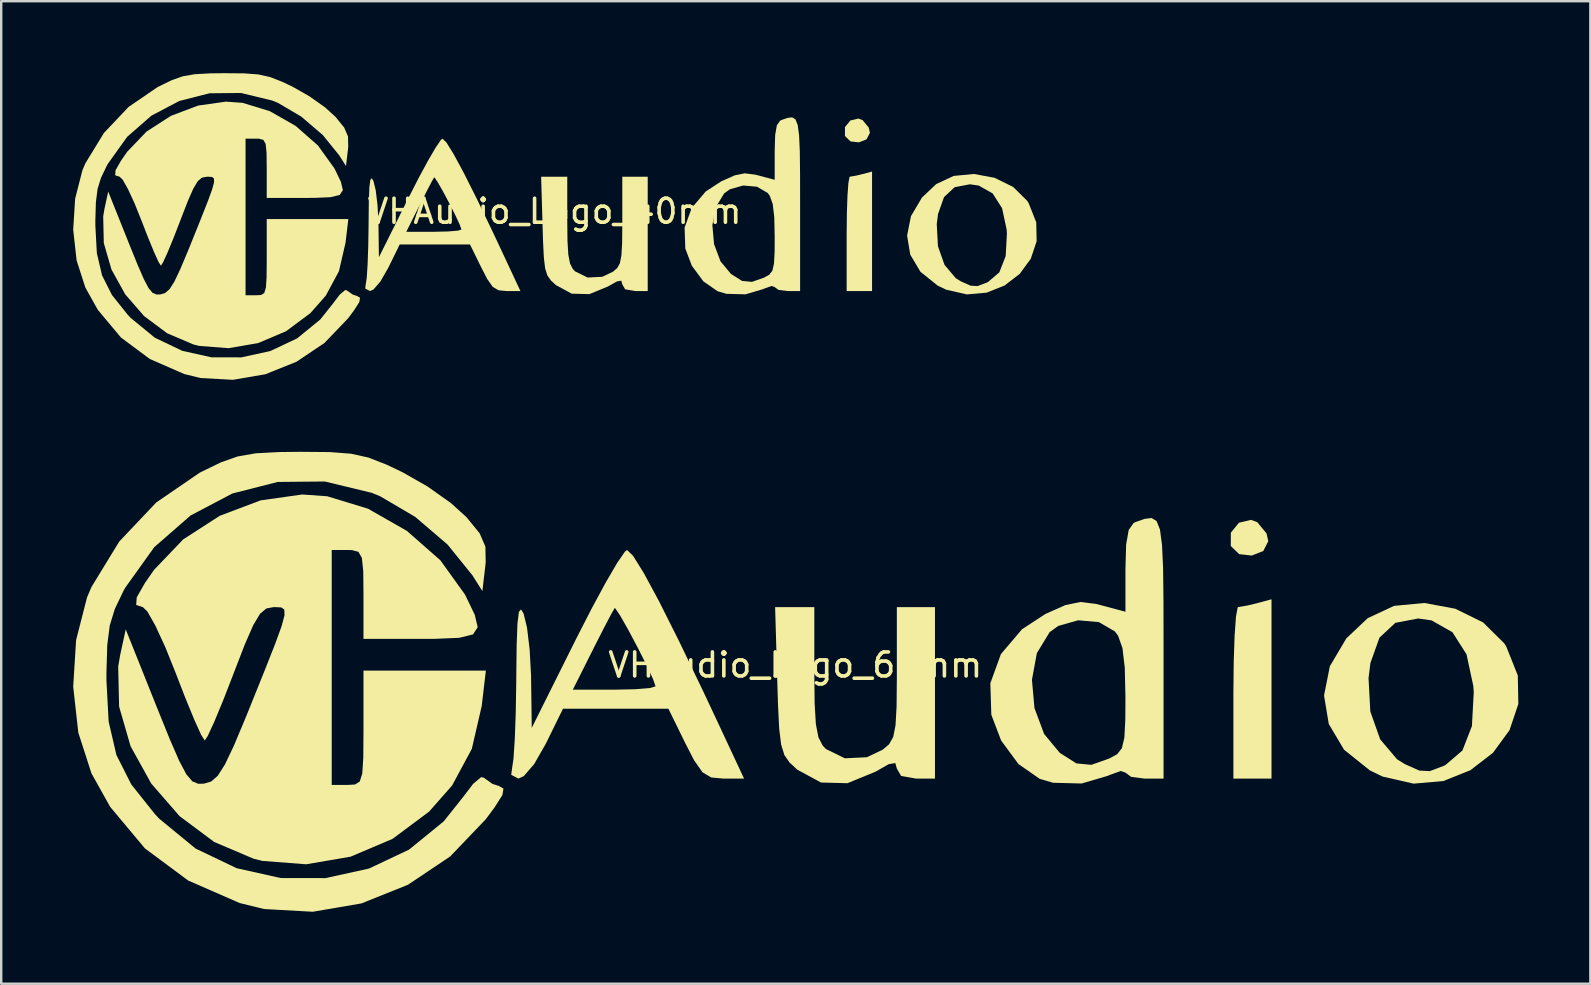
<source format=kicad_pcb>
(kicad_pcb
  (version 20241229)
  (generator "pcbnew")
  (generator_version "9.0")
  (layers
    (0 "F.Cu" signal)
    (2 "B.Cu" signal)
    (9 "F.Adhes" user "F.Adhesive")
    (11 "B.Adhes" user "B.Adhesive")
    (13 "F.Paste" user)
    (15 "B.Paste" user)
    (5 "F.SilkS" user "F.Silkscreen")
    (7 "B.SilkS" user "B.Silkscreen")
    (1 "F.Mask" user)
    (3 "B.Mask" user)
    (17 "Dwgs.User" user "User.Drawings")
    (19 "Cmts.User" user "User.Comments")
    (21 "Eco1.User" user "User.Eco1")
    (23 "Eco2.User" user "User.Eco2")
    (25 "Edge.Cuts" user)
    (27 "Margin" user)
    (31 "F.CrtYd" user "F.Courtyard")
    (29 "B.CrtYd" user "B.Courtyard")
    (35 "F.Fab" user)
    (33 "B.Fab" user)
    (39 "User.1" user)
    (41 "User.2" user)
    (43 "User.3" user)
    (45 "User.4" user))
  (footprint "VHAudio_Logo_40mm"
    (layer "F.Cu")
    (at 20.058 6.255)
    (property "Reference" "VHAudio_Logo_40mm" (at 0 -0.5 0) (unlocked yes) (layer "F.SilkS") (effects (font (size 1 1) (thickness 0.15))))
    (fp_poly (pts (xy 12.836 -4.299) (xy 13.09 -3.988) (xy 13.141 -3.773) (xy 13.001 -3.5) (xy 12.682 -3.373) (xy 12.331 -3.413) (xy 12.099 -3.638) (xy 12.1 -4.009) (xy 12.325 -4.285) (xy 12.661 -4.365)) (stroke (width 0) (type solid)) (fill yes) (layer "F.SilkS"))
    (fp_poly (pts (xy 13.229 2.822) (xy 12.171 2.822) (xy 12.171 0.441) (xy 12.18 -0.43) (xy 12.205 -1.158) (xy 12.243 -1.679) (xy 12.29 -1.93) (xy 12.303 -1.943) (xy 12.563 -1.986) (xy 12.832 -2.051) (xy 13.229 -2.158)) (stroke (width 0) (type solid)) (fill yes) (layer "F.SilkS"))
    (fp_poly (pts (xy 0.529 -0.116) (xy 0.538 0.737) (xy 0.573 1.31) (xy 0.644 1.676) (xy 0.762 1.906) (xy 0.852 2.001) (xy 1.378 2.259) (xy 1.99 2.228) (xy 2.43 2.018) (xy 2.607 1.868) (xy 2.72 1.667) (xy 2.785 1.341) (xy 2.815 0.818) (xy 2.822 0.024) (xy 2.822 -0.098) (xy 2.822 -1.94) (xy 3.881 -1.94) (xy 3.881 2.822) (xy 3.351 2.822) (xy 2.94 2.75) (xy 2.822 2.543) (xy 2.779 2.39) (xy 2.597 2.422) (xy 2.228 2.631) (xy 1.449 2.951) (xy 0.715 2.932) (xy 0.055 2.574) (xy 0.054 2.573) (xy -0.159 2.376) (xy -0.302 2.169) (xy -0.392 1.881) (xy -0.446 1.437) (xy -0.48 0.766) (xy -0.5 0.104) (xy -0.56 -1.94) (xy 0.529 -1.94)) (stroke (width 0) (type solid)) (fill yes) (layer "F.SilkS"))
    (fp_poly (pts (xy 18.335 -1.896) (xy 19.107 -1.516) (xy 19.694 -0.936) (xy 19.75 -0.85) (xy 20.071 -0.042) (xy 20.087 0.748) (xy 19.842 1.478) (xy 19.382 2.106) (xy 18.754 2.59) (xy 18.003 2.89) (xy 17.176 2.962) (xy 16.318 2.766) (xy 15.963 2.596) (xy 15.246 2.021) (xy 14.821 1.307) (xy 14.689 0.514) (xy 14.784 0.034) (xy 15.925 0.034) (xy 15.975 0.958) (xy 16.249 1.733) (xy 16.717 2.286) (xy 16.933 2.42) (xy 17.335 2.599) (xy 17.625 2.615) (xy 18.001 2.473) (xy 18.06 2.447) (xy 18.532 2.043) (xy 18.797 1.364) (xy 18.848 0.424) (xy 18.836 0.252) (xy 18.646 -0.63) (xy 18.255 -1.244) (xy 17.675 -1.573) (xy 17.303 -1.626) (xy 16.669 -1.504) (xy 16.228 -1.093) (xy 15.978 -0.388) (xy 15.925 0.034) (xy 14.784 0.034) (xy 14.851 -0.299) (xy 15.308 -1.073) (xy 15.901 -1.634) (xy 16.632 -1.975) (xy 17.477 -2.056)) (stroke (width 0) (type solid)) (fill yes) (layer "F.SilkS"))
    (fp_poly (pts (xy -4.505 -3.366) (xy -4.207 -2.887) (xy -3.782 -2.099) (xy -3.235 -1.01) (xy -2.57 0.371) (xy -2.185 1.191) (xy -1.423 2.822) (xy -1.998 2.822) (xy -2.334 2.791) (xy -2.577 2.648) (xy -2.809 2.317) (xy -3.048 1.852) (xy -3.524 0.882) (xy -6.453 0.882) (xy -6.929 1.852) (xy -7.252 2.417) (xy -7.542 2.755) (xy -7.69 2.822) (xy -7.891 2.718) (xy -7.868 2.543) (xy -7.826 2.267) (xy -7.791 1.716) (xy -7.764 0.967) (xy -7.75 0.1) (xy -7.75 0.03) (xy -7.74 -0.889) (xy -7.717 -1.49) (xy -7.678 -1.808) (xy -7.618 -1.877) (xy -7.547 -1.764) (xy -7.452 -1.375) (xy -7.378 -0.759) (xy -7.34 -0.041) (xy -7.338 0.045) (xy -7.32 1.413) (xy -6.791 0.353) (xy -6.179 0.353) (xy -5.03 0.353) (xy -4.445 0.34) (xy -4.031 0.306) (xy -3.881 0.26) (xy -3.953 0.053) (xy -4.137 -0.342) (xy -4.384 -0.83) (xy -4.643 -1.317) (xy -4.865 -1.707) (xy -5 -1.907) (xy -5.018 -1.914) (xy -5.119 -1.737) (xy -5.332 -1.33) (xy -5.611 -0.779) (xy -5.626 -0.75) (xy -6.179 0.353) (xy -6.791 0.353) (xy -6.088 -1.057) (xy -5.656 -1.903) (xy -5.265 -2.624) (xy -4.948 -3.166) (xy -4.736 -3.476) (xy -4.672 -3.528)) (stroke (width 0) (type solid)) (fill yes) (layer "F.SilkS"))
    (fp_poly (pts (xy 10.038 -4.33) (xy 10.131 -4.095) (xy 10.188 -3.67) (xy 10.218 -3.015) (xy 10.229 -2.091) (xy 10.231 -0.855) (xy 10.231 2.822) (xy 9.701 2.822) (xy 9.33 2.774) (xy 9.172 2.658) (xy 9.172 2.656) (xy 9.04 2.612) (xy 8.718 2.728) (xy 8.687 2.743) (xy 7.955 2.959) (xy 7.161 2.938) (xy 6.791 2.83) (xy 6.2 2.418) (xy 5.719 1.767) (xy 5.447 1.05) (xy 5.418 0.175) (xy 5.454 0.078) (xy 6.575 0.078) (xy 6.645 0.864) (xy 6.913 1.583) (xy 7.348 2.107) (xy 7.81 2.4) (xy 8.225 2.44) (xy 8.723 2.265) (xy 8.941 2.145) (xy 9.074 1.978) (xy 9.143 1.683) (xy 9.169 1.181) (xy 9.172 0.559) (xy 9.154 -0.26) (xy 9.09 -0.802) (xy 8.968 -1.144) (xy 8.88 -1.265) (xy 8.434 -1.525) (xy 7.858 -1.575) (xy 7.304 -1.418) (xy 7.065 -1.245) (xy 6.712 -0.663) (xy 6.575 0.078) (xy 5.454 0.078) (xy 5.713 -0.636) (xy 6.299 -1.327) (xy 6.947 -1.75) (xy 7.505 -1.998) (xy 7.921 -2.083) (xy 8.349 -2.03) (xy 8.49 -1.995) (xy 9.172 -1.813) (xy 9.172 -3.004) (xy 9.192 -3.684) (xy 9.262 -4.084) (xy 9.398 -4.276) (xy 9.451 -4.303) (xy 9.707 -4.393) (xy 9.9 -4.416)) (stroke (width 0) (type solid)) (fill yes) (layer "F.SilkS"))
    (fp_poly (pts (xy -12.933 -6.248) (xy -12.34 -6.203) (xy -11.856 -6.095) (xy -11.357 -5.901) (xy -10.908 -5.687) (xy -10.219 -5.295) (xy -9.57 -4.836) (xy -9.134 -4.442) (xy -8.767 -3.99) (xy -8.607 -3.62) (xy -8.599 -3.185) (xy -8.61 -3.079) (xy -8.691 -2.386) (xy -8.968 -2.825) (xy -9.659 -3.679) (xy -10.556 -4.447) (xy -11.524 -5.017) (xy -11.757 -5.114) (xy -13.067 -5.431) (xy -14.378 -5.418) (xy -15.638 -5.097) (xy -16.798 -4.486) (xy -17.808 -3.605) (xy -18.616 -2.476) (xy -18.667 -2.381) (xy -18.901 -1.893) (xy -19.042 -1.434) (xy -19.112 -0.887) (xy -19.135 -0.133) (xy -19.135 0.088) (xy -19.073 1.239) (xy -18.857 2.167) (xy -18.445 2.984) (xy -17.793 3.802) (xy -17.664 3.94) (xy -16.659 4.765) (xy -15.517 5.312) (xy -14.295 5.584) (xy -13.051 5.586) (xy -11.843 5.322) (xy -10.729 4.796) (xy -9.766 4.011) (xy -9.235 3.345) (xy -8.946 2.965) (xy -8.726 2.782) (xy -8.658 2.794) (xy -8.412 2.969) (xy -8.247 3.022) (xy -8.107 3.098) (xy -8.134 3.277) (xy -8.352 3.621) (xy -8.599 3.954) (xy -9.586 4.984) (xy -10.756 5.77) (xy -12.049 6.289) (xy -13.403 6.521) (xy -14.756 6.446) (xy -15.434 6.279) (xy -16.864 5.654) (xy -18.066 4.761) (xy -19.033 3.605) (xy -19.551 2.677) (xy -19.916 1.545) (xy -20.058 0.269) (xy -19.977 -1.026) (xy -19.674 -2.21) (xy -19.551 -2.5) (xy -18.777 -3.765) (xy -17.752 -4.848) (xy -16.547 -5.673) (xy -16.499 -5.698) (xy -15.956 -5.962) (xy -15.493 -6.126) (xy -14.993 -6.213) (xy -14.337 -6.249) (xy -13.755 -6.255)) (stroke (width 0) (type solid)) (fill yes) (layer "F.SilkS"))
    (fp_poly (pts (xy -13.001 -5.02) (xy -11.868 -4.674) (xy -10.789 -4.059) (xy -9.86 -3.243) (xy -9.179 -2.297) (xy -9.157 -2.256) (xy -8.903 -1.728) (xy -8.821 -1.383) (xy -8.952 -1.183) (xy -9.337 -1.088) (xy -10.016 -1.06) (xy -10.407 -1.058) (xy -11.994 -1.058) (xy -11.994 -2.293) (xy -12.001 -2.938) (xy -12.039 -3.307) (xy -12.135 -3.477) (xy -12.318 -3.526) (xy -12.435 -3.528) (xy -12.876 -3.528) (xy -12.876 2.999) (xy -12.435 2.999) (xy -12.227 2.986) (xy -12.097 2.903) (xy -12.028 2.681) (xy -12 2.253) (xy -11.994 1.551) (xy -11.994 1.411) (xy -11.994 -0.176) (xy -8.594 -0.176) (xy -8.71 0.807) (xy -8.985 1.996) (xy -9.532 3.013) (xy -10.172 3.74) (xy -11.186 4.496) (xy -12.352 4.991) (xy -13.585 5.203) (xy -14.803 5.109) (xy -15.046 5.049) (xy -16.141 4.583) (xy -17.103 3.866) (xy -17.89 2.96) (xy -18.463 1.925) (xy -18.783 0.822) (xy -18.808 -0.288) (xy -18.755 -0.603) (xy -18.599 -1.323) (xy -17.732 0.846) (xy -17.375 1.727) (xy -17.113 2.329) (xy -16.915 2.703) (xy -16.749 2.899) (xy -16.585 2.967) (xy -16.425 2.963) (xy -16.226 2.904) (xy -16.043 2.744) (xy -15.843 2.43) (xy -15.595 1.908) (xy -15.266 1.126) (xy -15.141 0.816) (xy -14.735 -0.193) (xy -14.448 -0.92) (xy -14.269 -1.412) (xy -14.188 -1.714) (xy -14.194 -1.872) (xy -14.276 -1.932) (xy -14.423 -1.941) (xy -14.498 -1.94) (xy -14.693 -1.903) (xy -14.868 -1.756) (xy -15.056 -1.441) (xy -15.291 -0.904) (xy -15.606 -0.089) (xy -15.606 -0.088) (xy -15.893 0.651) (xy -16.141 1.25) (xy -16.322 1.642) (xy -16.404 1.764) (xy -16.503 1.609) (xy -16.693 1.189) (xy -16.947 0.571) (xy -17.202 -0.088) (xy -17.5 -0.829) (xy -17.776 -1.428) (xy -17.998 -1.82) (xy -18.122 -1.94) (xy -18.308 -2.001) (xy -18.293 -2.211) (xy -18.064 -2.614) (xy -17.808 -2.981) (xy -17.004 -3.822) (xy -15.988 -4.477) (xy -14.854 -4.906) (xy -13.694 -5.07)) (stroke (width 0) (type solid)) (fill yes) (layer "F.SilkS")))
  (footprint "VHAudio_Logo_60mm"
    (layer "F.Cu")
    (at 30.087 25.159)
    (property "Reference" "VHAudio_Logo_60mm" (at 0 -0.5 0) (unlocked yes) (layer "F.SilkS") (effects (font (size 1 1) (thickness 0.15))))
    (fp_poly (pts (xy 19.253 -6.449) (xy 19.636 -5.983) (xy 19.711 -5.66) (xy 19.502 -5.25) (xy 19.023 -5.06) (xy 18.497 -5.119) (xy 18.148 -5.457) (xy 18.15 -6.014) (xy 18.487 -6.428) (xy 18.991 -6.547)) (stroke (width 0) (type solid)) (fill yes) (layer "F.SilkS"))
    (fp_poly (pts (xy 19.844 4.233) (xy 18.256 4.233) (xy 18.256 0.661) (xy 18.27 -0.645) (xy 18.308 -1.737) (xy 18.364 -2.519) (xy 18.434 -2.895) (xy 18.455 -2.914) (xy 18.845 -2.979) (xy 19.248 -3.077) (xy 19.844 -3.237)) (stroke (width 0) (type solid)) (fill yes) (layer "F.SilkS"))
    (fp_poly (pts (xy 0.794 -0.173) (xy 0.807 1.106) (xy 0.859 1.966) (xy 0.965 2.513) (xy 1.143 2.858) (xy 1.278 3.002) (xy 2.067 3.388) (xy 2.985 3.343) (xy 3.645 3.028) (xy 3.91 2.803) (xy 4.081 2.501) (xy 4.178 2.012) (xy 4.222 1.227) (xy 4.233 0.037) (xy 4.233 -0.147) (xy 4.233 -2.91) (xy 5.821 -2.91) (xy 5.821 4.233) (xy 5.027 4.233) (xy 4.411 4.124) (xy 4.233 3.815) (xy 4.168 3.586) (xy 3.896 3.632) (xy 3.342 3.947) (xy 2.174 4.426) (xy 1.073 4.397) (xy 0.083 3.862) (xy 0.081 3.86) (xy -0.238 3.564) (xy -0.453 3.254) (xy -0.588 2.821) (xy -0.669 2.156) (xy -0.719 1.15) (xy -0.75 0.156) (xy -0.839 -2.91) (xy 0.794 -2.91)) (stroke (width 0) (type solid)) (fill yes) (layer "F.SilkS"))
    (fp_poly (pts (xy 27.502 -2.844) (xy 28.661 -2.274) (xy 29.541 -1.404) (xy 29.625 -1.275) (xy 30.107 -0.063) (xy 30.13 1.122) (xy 29.762 2.216) (xy 29.073 3.158) (xy 28.131 3.885) (xy 27.005 4.335) (xy 25.764 4.444) (xy 24.477 4.15) (xy 23.945 3.894) (xy 22.869 3.032) (xy 22.231 1.961) (xy 22.033 0.771) (xy 22.177 0.05) (xy 23.887 0.05) (xy 23.962 1.438) (xy 24.373 2.599) (xy 25.076 3.429) (xy 25.4 3.63) (xy 26.002 3.899) (xy 26.437 3.923) (xy 27.002 3.71) (xy 27.089 3.67) (xy 27.799 3.064) (xy 28.195 2.046) (xy 28.271 0.636) (xy 28.254 0.378) (xy 27.97 -0.945) (xy 27.383 -1.866) (xy 26.513 -2.359) (xy 25.955 -2.438) (xy 25.003 -2.256) (xy 24.343 -1.64) (xy 23.966 -0.583) (xy 23.887 0.05) (xy 22.177 0.05) (xy 22.276 -0.449) (xy 22.962 -1.609) (xy 23.852 -2.45) (xy 24.948 -2.963) (xy 26.215 -3.084)) (stroke (width 0) (type solid)) (fill yes) (layer "F.SilkS"))
    (fp_poly (pts (xy -6.758 -5.049) (xy -6.311 -4.331) (xy -5.673 -3.149) (xy -4.853 -1.515) (xy -3.855 0.557) (xy -3.277 1.786) (xy -2.134 4.233) (xy -2.996 4.233) (xy -3.5 4.187) (xy -3.865 3.972) (xy -4.213 3.475) (xy -4.572 2.778) (xy -5.286 1.323) (xy -9.679 1.323) (xy -10.393 2.778) (xy -10.877 3.625) (xy -11.313 4.132) (xy -11.535 4.233) (xy -11.836 4.077) (xy -11.802 3.815) (xy -11.74 3.4) (xy -11.686 2.574) (xy -11.646 1.451) (xy -11.625 0.15) (xy -11.625 0.045) (xy -11.609 -1.334) (xy -11.575 -2.235) (xy -11.516 -2.712) (xy -11.427 -2.816) (xy -11.321 -2.646) (xy -11.178 -2.063) (xy -11.067 -1.138) (xy -11.009 -0.061) (xy -11.007 0.068) (xy -10.98 2.12) (xy -10.187 0.529) (xy -9.268 0.529) (xy -7.544 0.529) (xy -6.667 0.51) (xy -6.047 0.458) (xy -5.821 0.389) (xy -5.929 0.079) (xy -6.206 -0.513) (xy -6.576 -1.245) (xy -6.964 -1.975) (xy -7.297 -2.561) (xy -7.5 -2.86) (xy -7.527 -2.871) (xy -7.678 -2.605) (xy -7.997 -1.995) (xy -8.417 -1.169) (xy -8.439 -1.124) (xy -9.268 0.529) (xy -10.187 0.529) (xy -9.132 -1.586) (xy -8.483 -2.854) (xy -7.898 -3.935) (xy -7.423 -4.749) (xy -7.104 -5.214) (xy -7.009 -5.292)) (stroke (width 0) (type solid)) (fill yes) (layer "F.SilkS"))
    (fp_poly (pts (xy 15.057 -6.495) (xy 15.197 -6.142) (xy 15.282 -5.505) (xy 15.327 -4.523) (xy 15.343 -3.136) (xy 15.346 -1.283) (xy 15.346 4.233) (xy 14.552 4.233) (xy 13.995 4.161) (xy 13.758 3.987) (xy 13.758 3.984) (xy 13.56 3.918) (xy 13.076 4.092) (xy 13.031 4.115) (xy 11.933 4.438) (xy 10.742 4.407) (xy 10.186 4.245) (xy 9.3 3.627) (xy 8.579 2.65) (xy 8.17 1.575) (xy 8.128 0.263) (xy 8.181 0.116) (xy 9.862 0.116) (xy 9.967 1.295) (xy 10.37 2.375) (xy 11.022 3.161) (xy 11.714 3.6) (xy 12.337 3.66) (xy 13.084 3.397) (xy 13.412 3.218) (xy 13.611 2.967) (xy 13.714 2.525) (xy 13.753 1.771) (xy 13.758 0.838) (xy 13.73 -0.39) (xy 13.634 -1.204) (xy 13.453 -1.716) (xy 13.32 -1.897) (xy 12.651 -2.287) (xy 11.787 -2.363) (xy 10.956 -2.127) (xy 10.598 -1.867) (xy 10.067 -0.994) (xy 9.862 0.116) (xy 8.181 0.116) (xy 8.569 -0.954) (xy 9.449 -1.99) (xy 10.42 -2.625) (xy 11.258 -2.997) (xy 11.881 -3.125) (xy 12.524 -3.046) (xy 12.736 -2.992) (xy 13.758 -2.719) (xy 13.758 -4.506) (xy 13.788 -5.526) (xy 13.894 -6.126) (xy 14.097 -6.414) (xy 14.177 -6.454) (xy 14.561 -6.59) (xy 14.85 -6.624)) (stroke (width 0) (type solid)) (fill yes) (layer "F.SilkS"))
    (fp_poly (pts (xy -19.399 -9.372) (xy -18.511 -9.304) (xy -17.784 -9.143) (xy -17.036 -8.851) (xy -16.362 -8.53) (xy -15.329 -7.942) (xy -14.356 -7.254) (xy -13.702 -6.663) (xy -13.15 -5.985) (xy -12.911 -5.431) (xy -12.899 -4.778) (xy -12.916 -4.619) (xy -13.037 -3.579) (xy -13.452 -4.237) (xy -14.488 -5.518) (xy -15.834 -6.67) (xy -17.286 -7.525) (xy -17.636 -7.671) (xy -19.601 -8.146) (xy -21.567 -8.127) (xy -23.457 -7.645) (xy -25.197 -6.729) (xy -26.711 -5.408) (xy -27.923 -3.714) (xy -28 -3.572) (xy -28.351 -2.839) (xy -28.563 -2.151) (xy -28.668 -1.33) (xy -28.702 -0.199) (xy -28.703 0.132) (xy -28.61 1.859) (xy -28.286 3.251) (xy -27.667 4.476) (xy -26.69 5.703) (xy -26.496 5.91) (xy -24.988 7.148) (xy -23.275 7.968) (xy -21.442 8.377) (xy -19.576 8.38) (xy -17.764 7.983) (xy -16.093 7.193) (xy -14.649 6.017) (xy -13.853 5.017) (xy -13.418 4.448) (xy -13.09 4.174) (xy -12.988 4.191) (xy -12.618 4.454) (xy -12.37 4.533) (xy -12.16 4.647) (xy -12.201 4.915) (xy -12.528 5.432) (xy -12.899 5.931) (xy -14.378 7.477) (xy -16.134 8.655) (xy -18.073 9.434) (xy -20.104 9.782) (xy -22.134 9.669) (xy -23.151 9.419) (xy -25.296 8.481) (xy -27.099 7.142) (xy -28.549 5.408) (xy -29.326 4.015) (xy -29.874 2.318) (xy -30.087 0.403) (xy -29.966 -1.539) (xy -29.511 -3.315) (xy -29.326 -3.751) (xy -28.166 -5.647) (xy -26.627 -7.272) (xy -24.82 -8.51) (xy -24.748 -8.547) (xy -23.934 -8.943) (xy -23.24 -9.188) (xy -22.49 -9.32) (xy -21.506 -9.373) (xy -20.633 -9.383)) (stroke (width 0) (type solid)) (fill yes) (layer "F.SilkS"))
    (fp_poly (pts (xy -19.501 -7.53) (xy -17.802 -7.012) (xy -16.183 -6.088) (xy -14.79 -4.865) (xy -13.768 -3.445) (xy -13.736 -3.384) (xy -13.355 -2.592) (xy -13.232 -2.075) (xy -13.428 -1.774) (xy -14.006 -1.632) (xy -15.025 -1.59) (xy -15.61 -1.588) (xy -17.992 -1.588) (xy -17.992 -3.44) (xy -18.001 -4.407) (xy -18.058 -4.961) (xy -18.203 -5.216) (xy -18.477 -5.288) (xy -18.653 -5.292) (xy -19.315 -5.292) (xy -19.315 4.498) (xy -18.653 4.498) (xy -18.34 4.479) (xy -18.146 4.354) (xy -18.042 4.022) (xy -18 3.38) (xy -17.992 2.327) (xy -17.992 2.117) (xy -17.992 -0.265) (xy -12.892 -0.265) (xy -13.065 1.21) (xy -13.477 2.994) (xy -14.298 4.52) (xy -15.257 5.609) (xy -16.779 6.744) (xy -18.528 7.487) (xy -20.378 7.804) (xy -22.204 7.663) (xy -22.569 7.573) (xy -24.212 6.874) (xy -25.654 5.799) (xy -26.835 4.44) (xy -27.695 2.887) (xy -28.174 1.233) (xy -28.212 -0.432) (xy -28.132 -0.905) (xy -27.898 -1.984) (xy -26.598 1.269) (xy -26.063 2.591) (xy -25.67 3.494) (xy -25.373 4.054) (xy -25.124 4.348) (xy -24.877 4.45) (xy -24.637 4.444) (xy -24.339 4.356) (xy -24.064 4.117) (xy -23.764 3.645) (xy -23.392 2.863) (xy -22.899 1.688) (xy -22.711 1.224) (xy -22.102 -0.29) (xy -21.671 -1.381) (xy -21.403 -2.118) (xy -21.282 -2.57) (xy -21.29 -2.807) (xy -21.413 -2.898) (xy -21.635 -2.911) (xy -21.747 -2.91) (xy -22.039 -2.855) (xy -22.302 -2.633) (xy -22.584 -2.162) (xy -22.936 -1.356) (xy -23.409 -0.134) (xy -23.409 -0.132) (xy -23.839 0.976) (xy -24.212 1.874) (xy -24.484 2.463) (xy -24.606 2.646) (xy -24.754 2.414) (xy -25.04 1.784) (xy -25.421 0.856) (xy -25.803 -0.132) (xy -26.249 -1.243) (xy -26.664 -2.142) (xy -26.997 -2.73) (xy -27.183 -2.91) (xy -27.462 -3.001) (xy -27.44 -3.317) (xy -27.096 -3.921) (xy -26.712 -4.471) (xy -25.505 -5.733) (xy -23.982 -6.716) (xy -22.28 -7.359) (xy -20.541 -7.605)) (stroke (width 0) (type solid)) (fill yes) (layer "F.SilkS")))
  (gr_rect
    (start -3 -3)
    (end 63.217 37.941)
    (stroke (width 0.1) (type default))
    (fill no)
    (layer "Edge.Cuts")))
</source>
